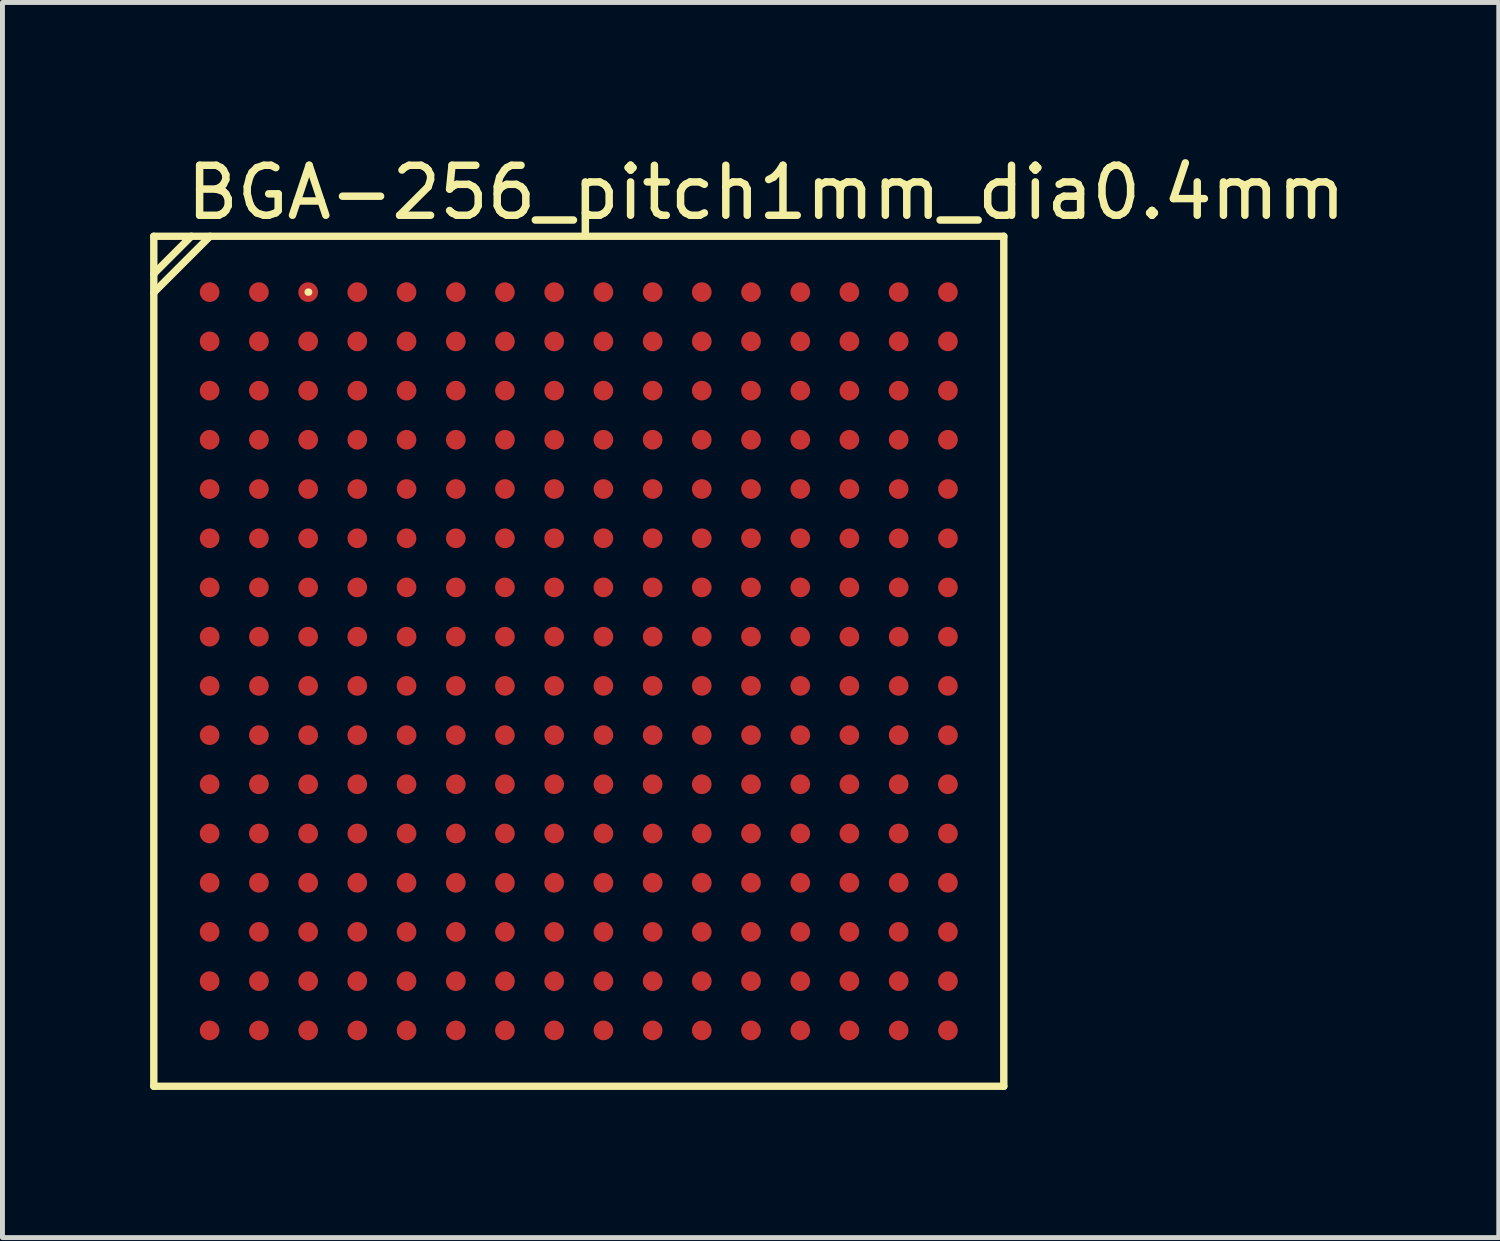
<source format=kicad_pcb>
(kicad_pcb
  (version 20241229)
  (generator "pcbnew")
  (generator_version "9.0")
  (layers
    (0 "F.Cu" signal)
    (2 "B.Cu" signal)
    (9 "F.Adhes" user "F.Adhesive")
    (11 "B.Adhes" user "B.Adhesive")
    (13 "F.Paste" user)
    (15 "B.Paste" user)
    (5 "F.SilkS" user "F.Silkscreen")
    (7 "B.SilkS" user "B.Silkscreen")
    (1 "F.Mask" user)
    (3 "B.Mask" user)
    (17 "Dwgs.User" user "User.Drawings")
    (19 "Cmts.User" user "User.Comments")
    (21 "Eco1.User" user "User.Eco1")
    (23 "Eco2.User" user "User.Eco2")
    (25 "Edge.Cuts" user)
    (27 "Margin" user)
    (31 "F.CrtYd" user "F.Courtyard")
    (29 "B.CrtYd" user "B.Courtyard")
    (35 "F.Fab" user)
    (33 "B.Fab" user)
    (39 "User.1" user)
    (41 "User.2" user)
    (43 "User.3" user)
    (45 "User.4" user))
  (footprint "BGA-256_pitch1mm_dia0.4mm"
    (layer "F.Cu")
    (at 8.711 10.387)
    (property "Reference" "BGA-256_pitch1mm_dia0.4mm" (at 3.81 -9.525 0) (layer "F.SilkS") (effects (font (size 1.016 1.016) (thickness 0.152))))
    (attr smd)
    (fp_line (start -8.636 -8.636) (end 8.636 -8.636) (stroke (width 0.15) (type solid)) (layer "F.SilkS"))
    (fp_line (start -8.636 -7.874) (end -7.874 -8.636) (stroke (width 0.15) (type solid)) (layer "F.SilkS"))
    (fp_line (start -8.636 -7.493) (end -7.493 -8.636) (stroke (width 0.15) (type solid)) (layer "F.SilkS"))
    (fp_line (start -8.636 8.636) (end -8.636 -8.636) (stroke (width 0.15) (type solid)) (layer "F.SilkS"))
    (fp_line (start -5.499 -7.501) (end -5.489 -7.501) (stroke (width 0.15) (type solid)) (layer "F.SilkS"))
    (fp_line (start 8.636 -8.636) (end 8.636 8.636) (stroke (width 0.15) (type solid)) (layer "F.SilkS"))
    (fp_line (start 8.636 8.636) (end -8.636 8.636) (stroke (width 0.15) (type solid)) (layer "F.SilkS"))
    (pad "A1" smd circle (at -7.501 -7.501) (size 0.4 0.4) (layers "F.Cu" "F.Mask" "F.Paste"))
    (pad "A2" smd circle (at -6.5 -7.501) (size 0.4 0.4) (layers "F.Cu" "F.Mask" "F.Paste"))
    (pad "A3" smd circle (at -5.499 -7.501) (size 0.4 0.4) (layers "F.Cu" "F.Mask" "F.Paste"))
    (pad "A4" smd circle (at -4.501 -7.501) (size 0.4 0.4) (layers "F.Cu" "F.Mask" "F.Paste"))
    (pad "A5" smd circle (at -3.5 -7.501) (size 0.4 0.4) (layers "F.Cu" "F.Mask" "F.Paste"))
    (pad "A6" smd circle (at -2.499 -7.501) (size 0.4 0.4) (layers "F.Cu" "F.Mask" "F.Paste"))
    (pad "A7" smd circle (at -1.501 -7.501) (size 0.4 0.4) (layers "F.Cu" "F.Mask" "F.Paste"))
    (pad "A8" smd circle (at -0.5 -7.501) (size 0.4 0.4) (layers "F.Cu" "F.Mask" "F.Paste"))
    (pad "A9" smd circle (at 0.5 -7.501) (size 0.4 0.4) (layers "F.Cu" "F.Mask" "F.Paste"))
    (pad "A10" smd circle (at 1.501 -7.501) (size 0.4 0.4) (layers "F.Cu" "F.Mask" "F.Paste"))
    (pad "A11" smd circle (at 2.499 -7.501) (size 0.4 0.4) (layers "F.Cu" "F.Mask" "F.Paste"))
    (pad "A12" smd circle (at 3.5 -7.501) (size 0.4 0.4) (layers "F.Cu" "F.Mask" "F.Paste"))
    (pad "A13" smd circle (at 4.501 -7.501) (size 0.4 0.4) (layers "F.Cu" "F.Mask" "F.Paste"))
    (pad "A14" smd circle (at 5.499 -7.501) (size 0.4 0.4) (layers "F.Cu" "F.Mask" "F.Paste"))
    (pad "A15" smd circle (at 6.5 -7.501) (size 0.4 0.4) (layers "F.Cu" "F.Mask" "F.Paste"))
    (pad "A16" smd circle (at 7.501 -7.501) (size 0.4 0.4) (layers "F.Cu" "F.Mask" "F.Paste"))
    (pad "B1" smd circle (at -7.501 -6.5) (size 0.4 0.4) (layers "F.Cu" "F.Mask" "F.Paste"))
    (pad "B2" smd circle (at -6.5 -6.5) (size 0.4 0.4) (layers "F.Cu" "F.Mask" "F.Paste"))
    (pad "B3" smd circle (at -5.499 -6.5) (size 0.4 0.4) (layers "F.Cu" "F.Mask" "F.Paste"))
    (pad "B4" smd circle (at -4.501 -6.5) (size 0.4 0.4) (layers "F.Cu" "F.Mask" "F.Paste"))
    (pad "B5" smd circle (at -3.5 -6.5) (size 0.4 0.4) (layers "F.Cu" "F.Mask" "F.Paste"))
    (pad "B6" smd circle (at -2.499 -6.5) (size 0.4 0.4) (layers "F.Cu" "F.Mask" "F.Paste"))
    (pad "B7" smd circle (at -1.501 -6.5) (size 0.4 0.4) (layers "F.Cu" "F.Mask" "F.Paste"))
    (pad "B8" smd circle (at -0.5 -6.5) (size 0.4 0.4) (layers "F.Cu" "F.Mask" "F.Paste"))
    (pad "B9" smd circle (at 0.5 -6.5) (size 0.4 0.4) (layers "F.Cu" "F.Mask" "F.Paste"))
    (pad "B10" smd circle (at 1.501 -6.5) (size 0.4 0.4) (layers "F.Cu" "F.Mask" "F.Paste"))
    (pad "B11" smd circle (at 2.499 -6.5) (size 0.4 0.4) (layers "F.Cu" "F.Mask" "F.Paste"))
    (pad "B12" smd circle (at 3.5 -6.5) (size 0.4 0.4) (layers "F.Cu" "F.Mask" "F.Paste"))
    (pad "B13" smd circle (at 4.501 -6.5) (size 0.4 0.4) (layers "F.Cu" "F.Mask" "F.Paste"))
    (pad "B14" smd circle (at 5.499 -6.5) (size 0.4 0.4) (layers "F.Cu" "F.Mask" "F.Paste"))
    (pad "B15" smd circle (at 6.5 -6.5) (size 0.4 0.4) (layers "F.Cu" "F.Mask" "F.Paste"))
    (pad "B16" smd circle (at 7.501 -6.5) (size 0.4 0.4) (layers "F.Cu" "F.Mask" "F.Paste"))
    (pad "C1" smd circle (at -7.501 -5.499) (size 0.4 0.4) (layers "F.Cu" "F.Mask" "F.Paste"))
    (pad "C2" smd circle (at -6.5 -5.499) (size 0.4 0.4) (layers "F.Cu" "F.Mask" "F.Paste"))
    (pad "C3" smd circle (at -5.499 -5.499) (size 0.4 0.4) (layers "F.Cu" "F.Mask" "F.Paste"))
    (pad "C4" smd circle (at -4.501 -5.499) (size 0.4 0.4) (layers "F.Cu" "F.Mask" "F.Paste"))
    (pad "C5" smd circle (at -3.5 -5.499) (size 0.4 0.4) (layers "F.Cu" "F.Mask" "F.Paste"))
    (pad "C6" smd circle (at -2.499 -5.499) (size 0.4 0.4) (layers "F.Cu" "F.Mask" "F.Paste"))
    (pad "C7" smd circle (at -1.501 -5.499) (size 0.4 0.4) (layers "F.Cu" "F.Mask" "F.Paste"))
    (pad "C8" smd circle (at -0.5 -5.499) (size 0.4 0.4) (layers "F.Cu" "F.Mask" "F.Paste"))
    (pad "C9" smd circle (at 0.5 -5.499) (size 0.4 0.4) (layers "F.Cu" "F.Mask" "F.Paste"))
    (pad "C10" smd circle (at 1.501 -5.499) (size 0.4 0.4) (layers "F.Cu" "F.Mask" "F.Paste"))
    (pad "C11" smd circle (at 2.499 -5.499) (size 0.4 0.4) (layers "F.Cu" "F.Mask" "F.Paste"))
    (pad "C12" smd circle (at 3.5 -5.499) (size 0.4 0.4) (layers "F.Cu" "F.Mask" "F.Paste"))
    (pad "C13" smd circle (at 4.501 -5.499) (size 0.4 0.4) (layers "F.Cu" "F.Mask" "F.Paste"))
    (pad "C14" smd circle (at 5.499 -5.499) (size 0.4 0.4) (layers "F.Cu" "F.Mask" "F.Paste"))
    (pad "C15" smd circle (at 6.5 -5.499) (size 0.4 0.4) (layers "F.Cu" "F.Mask" "F.Paste"))
    (pad "C16" smd circle (at 7.501 -5.499) (size 0.4 0.4) (layers "F.Cu" "F.Mask" "F.Paste"))
    (pad "D1" smd circle (at -7.501 -4.501) (size 0.4 0.4) (layers "F.Cu" "F.Mask" "F.Paste"))
    (pad "D2" smd circle (at -6.5 -4.501) (size 0.4 0.4) (layers "F.Cu" "F.Mask" "F.Paste"))
    (pad "D3" smd circle (at -5.499 -4.501) (size 0.4 0.4) (layers "F.Cu" "F.Mask" "F.Paste"))
    (pad "D4" smd circle (at -4.501 -4.501) (size 0.4 0.4) (layers "F.Cu" "F.Mask" "F.Paste"))
    (pad "D5" smd circle (at -3.5 -4.501) (size 0.4 0.4) (layers "F.Cu" "F.Mask" "F.Paste"))
    (pad "D6" smd circle (at -2.499 -4.501) (size 0.4 0.4) (layers "F.Cu" "F.Mask" "F.Paste"))
    (pad "D7" smd circle (at -1.501 -4.501) (size 0.4 0.4) (layers "F.Cu" "F.Mask" "F.Paste"))
    (pad "D8" smd circle (at -0.5 -4.501) (size 0.4 0.4) (layers "F.Cu" "F.Mask" "F.Paste"))
    (pad "D9" smd circle (at 0.5 -4.501) (size 0.4 0.4) (layers "F.Cu" "F.Mask" "F.Paste"))
    (pad "D10" smd circle (at 1.501 -4.501) (size 0.4 0.4) (layers "F.Cu" "F.Mask" "F.Paste"))
    (pad "D11" smd circle (at 2.499 -4.501) (size 0.4 0.4) (layers "F.Cu" "F.Mask" "F.Paste"))
    (pad "D12" smd circle (at 3.5 -4.501) (size 0.4 0.4) (layers "F.Cu" "F.Mask" "F.Paste"))
    (pad "D13" smd circle (at 4.501 -4.501) (size 0.4 0.4) (layers "F.Cu" "F.Mask" "F.Paste"))
    (pad "D14" smd circle (at 5.499 -4.501) (size 0.4 0.4) (layers "F.Cu" "F.Mask" "F.Paste"))
    (pad "D15" smd circle (at 6.5 -4.501) (size 0.4 0.4) (layers "F.Cu" "F.Mask" "F.Paste"))
    (pad "D16" smd circle (at 7.501 -4.501) (size 0.4 0.4) (layers "F.Cu" "F.Mask" "F.Paste"))
    (pad "E1" smd circle (at -7.501 -3.5) (size 0.4 0.4) (layers "F.Cu" "F.Mask" "F.Paste"))
    (pad "E2" smd circle (at -6.5 -3.5) (size 0.4 0.4) (layers "F.Cu" "F.Mask" "F.Paste"))
    (pad "E3" smd circle (at -5.499 -3.5) (size 0.4 0.4) (layers "F.Cu" "F.Mask" "F.Paste"))
    (pad "E4" smd circle (at -4.501 -3.5) (size 0.4 0.4) (layers "F.Cu" "F.Mask" "F.Paste"))
    (pad "E5" smd circle (at -3.5 -3.5) (size 0.4 0.4) (layers "F.Cu" "F.Mask" "F.Paste"))
    (pad "E6" smd circle (at -2.499 -3.5) (size 0.4 0.4) (layers "F.Cu" "F.Mask" "F.Paste"))
    (pad "E7" smd circle (at -1.501 -3.5) (size 0.4 0.4) (layers "F.Cu" "F.Mask" "F.Paste"))
    (pad "E8" smd circle (at -0.5 -3.5) (size 0.4 0.4) (layers "F.Cu" "F.Mask" "F.Paste"))
    (pad "E9" smd circle (at 0.5 -3.5) (size 0.4 0.4) (layers "F.Cu" "F.Mask" "F.Paste"))
    (pad "E10" smd circle (at 1.501 -3.5) (size 0.4 0.4) (layers "F.Cu" "F.Mask" "F.Paste"))
    (pad "E11" smd circle (at 2.499 -3.5) (size 0.4 0.4) (layers "F.Cu" "F.Mask" "F.Paste"))
    (pad "E12" smd circle (at 3.5 -3.5) (size 0.4 0.4) (layers "F.Cu" "F.Mask" "F.Paste"))
    (pad "E13" smd circle (at 4.501 -3.5) (size 0.4 0.4) (layers "F.Cu" "F.Mask" "F.Paste"))
    (pad "E14" smd circle (at 5.499 -3.5) (size 0.4 0.4) (layers "F.Cu" "F.Mask" "F.Paste"))
    (pad "E15" smd circle (at 6.5 -3.5) (size 0.4 0.4) (layers "F.Cu" "F.Mask" "F.Paste"))
    (pad "E16" smd circle (at 7.501 -3.5) (size 0.4 0.4) (layers "F.Cu" "F.Mask" "F.Paste"))
    (pad "F1" smd circle (at -7.501 -2.499) (size 0.4 0.4) (layers "F.Cu" "F.Mask" "F.Paste"))
    (pad "F2" smd circle (at -6.5 -2.499) (size 0.4 0.4) (layers "F.Cu" "F.Mask" "F.Paste"))
    (pad "F3" smd circle (at -5.499 -2.499) (size 0.4 0.4) (layers "F.Cu" "F.Mask" "F.Paste"))
    (pad "F4" smd circle (at -4.501 -2.499) (size 0.4 0.4) (layers "F.Cu" "F.Mask" "F.Paste"))
    (pad "F5" smd circle (at -3.5 -2.499) (size 0.4 0.4) (layers "F.Cu" "F.Mask" "F.Paste"))
    (pad "F6" smd circle (at -2.499 -2.499) (size 0.4 0.4) (layers "F.Cu" "F.Mask" "F.Paste"))
    (pad "F7" smd circle (at -1.501 -2.499) (size 0.4 0.4) (layers "F.Cu" "F.Mask" "F.Paste"))
    (pad "F8" smd circle (at -0.5 -2.499) (size 0.4 0.4) (layers "F.Cu" "F.Mask" "F.Paste"))
    (pad "F9" smd circle (at 0.5 -2.499) (size 0.4 0.4) (layers "F.Cu" "F.Mask" "F.Paste"))
    (pad "F10" smd circle (at 1.501 -2.499) (size 0.4 0.4) (layers "F.Cu" "F.Mask" "F.Paste"))
    (pad "F11" smd circle (at 2.499 -2.499) (size 0.4 0.4) (layers "F.Cu" "F.Mask" "F.Paste"))
    (pad "F12" smd circle (at 3.5 -2.499) (size 0.4 0.4) (layers "F.Cu" "F.Mask" "F.Paste"))
    (pad "F13" smd circle (at 4.501 -2.499) (size 0.4 0.4) (layers "F.Cu" "F.Mask" "F.Paste"))
    (pad "F14" smd circle (at 5.499 -2.499) (size 0.4 0.4) (layers "F.Cu" "F.Mask" "F.Paste"))
    (pad "F15" smd circle (at 6.5 -2.499) (size 0.4 0.4) (layers "F.Cu" "F.Mask" "F.Paste"))
    (pad "F16" smd circle (at 7.501 -2.499) (size 0.4 0.4) (layers "F.Cu" "F.Mask" "F.Paste"))
    (pad "G1" smd circle (at -7.501 -1.501) (size 0.4 0.4) (layers "F.Cu" "F.Mask" "F.Paste"))
    (pad "G2" smd circle (at -6.5 -1.501) (size 0.4 0.4) (layers "F.Cu" "F.Mask" "F.Paste"))
    (pad "G3" smd circle (at -5.499 -1.501) (size 0.4 0.4) (layers "F.Cu" "F.Mask" "F.Paste"))
    (pad "G4" smd circle (at -4.501 -1.501) (size 0.4 0.4) (layers "F.Cu" "F.Mask" "F.Paste"))
    (pad "G5" smd circle (at -3.5 -1.501) (size 0.4 0.4) (layers "F.Cu" "F.Mask" "F.Paste"))
    (pad "G6" smd circle (at -2.499 -1.501) (size 0.4 0.4) (layers "F.Cu" "F.Mask" "F.Paste"))
    (pad "G7" smd circle (at -1.501 -1.501) (size 0.4 0.4) (layers "F.Cu" "F.Mask" "F.Paste"))
    (pad "G8" smd circle (at -0.5 -1.501) (size 0.4 0.4) (layers "F.Cu" "F.Mask" "F.Paste"))
    (pad "G9" smd circle (at 0.5 -1.501) (size 0.4 0.4) (layers "F.Cu" "F.Mask" "F.Paste"))
    (pad "G10" smd circle (at 1.501 -1.501) (size 0.4 0.4) (layers "F.Cu" "F.Mask" "F.Paste"))
    (pad "G11" smd circle (at 2.499 -1.501) (size 0.4 0.4) (layers "F.Cu" "F.Mask" "F.Paste"))
    (pad "G12" smd circle (at 3.5 -1.501) (size 0.4 0.4) (layers "F.Cu" "F.Mask" "F.Paste"))
    (pad "G13" smd circle (at 4.501 -1.501) (size 0.4 0.4) (layers "F.Cu" "F.Mask" "F.Paste"))
    (pad "G14" smd circle (at 5.499 -1.501) (size 0.4 0.4) (layers "F.Cu" "F.Mask" "F.Paste"))
    (pad "G15" smd circle (at 6.5 -1.501) (size 0.4 0.4) (layers "F.Cu" "F.Mask" "F.Paste"))
    (pad "G16" smd circle (at 7.501 -1.501) (size 0.4 0.4) (layers "F.Cu" "F.Mask" "F.Paste"))
    (pad "H1" smd circle (at -7.501 -0.5) (size 0.4 0.4) (layers "F.Cu" "F.Mask" "F.Paste"))
    (pad "H2" smd circle (at -6.5 -0.5) (size 0.4 0.4) (layers "F.Cu" "F.Mask" "F.Paste"))
    (pad "H3" smd circle (at -5.499 -0.5) (size 0.4 0.4) (layers "F.Cu" "F.Mask" "F.Paste"))
    (pad "H4" smd circle (at -4.501 -0.5) (size 0.4 0.4) (layers "F.Cu" "F.Mask" "F.Paste"))
    (pad "H5" smd circle (at -3.5 -0.5) (size 0.4 0.4) (layers "F.Cu" "F.Mask" "F.Paste"))
    (pad "H6" smd circle (at -2.499 -0.5) (size 0.4 0.4) (layers "F.Cu" "F.Mask" "F.Paste"))
    (pad "H7" smd circle (at -1.501 -0.5) (size 0.4 0.4) (layers "F.Cu" "F.Mask" "F.Paste"))
    (pad "H8" smd circle (at -0.5 -0.5) (size 0.4 0.4) (layers "F.Cu" "F.Mask" "F.Paste"))
    (pad "H9" smd circle (at 0.5 -0.5) (size 0.4 0.4) (layers "F.Cu" "F.Mask" "F.Paste"))
    (pad "H10" smd circle (at 1.501 -0.5) (size 0.4 0.4) (layers "F.Cu" "F.Mask" "F.Paste"))
    (pad "H11" smd circle (at 2.499 -0.5) (size 0.4 0.4) (layers "F.Cu" "F.Mask" "F.Paste"))
    (pad "H12" smd circle (at 3.5 -0.5) (size 0.4 0.4) (layers "F.Cu" "F.Mask" "F.Paste"))
    (pad "H13" smd circle (at 4.501 -0.5) (size 0.4 0.4) (layers "F.Cu" "F.Mask" "F.Paste"))
    (pad "H14" smd circle (at 5.499 -0.5) (size 0.4 0.4) (layers "F.Cu" "F.Mask" "F.Paste"))
    (pad "H15" smd circle (at 6.5 -0.5) (size 0.4 0.4) (layers "F.Cu" "F.Mask" "F.Paste"))
    (pad "H16" smd circle (at 7.501 -0.5) (size 0.4 0.4) (layers "F.Cu" "F.Mask" "F.Paste"))
    (pad "J1" smd circle (at -7.501 0.5) (size 0.4 0.4) (layers "F.Cu" "F.Mask" "F.Paste"))
    (pad "J2" smd circle (at -6.5 0.5) (size 0.4 0.4) (layers "F.Cu" "F.Mask" "F.Paste"))
    (pad "J3" smd circle (at -5.499 0.5) (size 0.4 0.4) (layers "F.Cu" "F.Mask" "F.Paste"))
    (pad "J4" smd circle (at -4.501 0.5) (size 0.4 0.4) (layers "F.Cu" "F.Mask" "F.Paste"))
    (pad "J5" smd circle (at -3.5 0.5) (size 0.4 0.4) (layers "F.Cu" "F.Mask" "F.Paste"))
    (pad "J6" smd circle (at -2.499 0.5) (size 0.4 0.4) (layers "F.Cu" "F.Mask" "F.Paste"))
    (pad "J7" smd circle (at -1.501 0.5) (size 0.4 0.4) (layers "F.Cu" "F.Mask" "F.Paste"))
    (pad "J8" smd circle (at -0.5 0.5) (size 0.4 0.4) (layers "F.Cu" "F.Mask" "F.Paste"))
    (pad "J9" smd circle (at 0.5 0.5) (size 0.4 0.4) (layers "F.Cu" "F.Mask" "F.Paste"))
    (pad "J10" smd circle (at 1.501 0.5) (size 0.4 0.4) (layers "F.Cu" "F.Mask" "F.Paste"))
    (pad "J11" smd circle (at 2.499 0.5) (size 0.4 0.4) (layers "F.Cu" "F.Mask" "F.Paste"))
    (pad "J12" smd circle (at 3.5 0.5) (size 0.4 0.4) (layers "F.Cu" "F.Mask" "F.Paste"))
    (pad "J13" smd circle (at 4.501 0.5) (size 0.4 0.4) (layers "F.Cu" "F.Mask" "F.Paste"))
    (pad "J14" smd circle (at 5.499 0.5) (size 0.4 0.4) (layers "F.Cu" "F.Mask" "F.Paste"))
    (pad "J15" smd circle (at 6.5 0.5) (size 0.4 0.4) (layers "F.Cu" "F.Mask" "F.Paste"))
    (pad "J16" smd circle (at 7.501 0.5) (size 0.4 0.4) (layers "F.Cu" "F.Mask" "F.Paste"))
    (pad "K1" smd circle (at -7.501 1.501) (size 0.4 0.4) (layers "F.Cu" "F.Mask" "F.Paste"))
    (pad "K2" smd circle (at -6.5 1.501) (size 0.4 0.4) (layers "F.Cu" "F.Mask" "F.Paste"))
    (pad "K3" smd circle (at -5.499 1.501) (size 0.4 0.4) (layers "F.Cu" "F.Mask" "F.Paste"))
    (pad "K4" smd circle (at -4.501 1.501) (size 0.4 0.4) (layers "F.Cu" "F.Mask" "F.Paste"))
    (pad "K5" smd circle (at -3.5 1.501) (size 0.4 0.4) (layers "F.Cu" "F.Mask" "F.Paste"))
    (pad "K6" smd circle (at -2.499 1.501) (size 0.4 0.4) (layers "F.Cu" "F.Mask" "F.Paste"))
    (pad "K7" smd circle (at -1.501 1.501) (size 0.4 0.4) (layers "F.Cu" "F.Mask" "F.Paste"))
    (pad "K8" smd circle (at -0.5 1.501) (size 0.4 0.4) (layers "F.Cu" "F.Mask" "F.Paste"))
    (pad "K9" smd circle (at 0.5 1.501) (size 0.4 0.4) (layers "F.Cu" "F.Mask" "F.Paste"))
    (pad "K10" smd circle (at 1.501 1.501) (size 0.4 0.4) (layers "F.Cu" "F.Mask" "F.Paste"))
    (pad "K11" smd circle (at 2.499 1.501) (size 0.4 0.4) (layers "F.Cu" "F.Mask" "F.Paste"))
    (pad "K12" smd circle (at 3.5 1.501) (size 0.4 0.4) (layers "F.Cu" "F.Mask" "F.Paste"))
    (pad "K13" smd circle (at 4.501 1.501) (size 0.4 0.4) (layers "F.Cu" "F.Mask" "F.Paste"))
    (pad "K14" smd circle (at 5.499 1.501) (size 0.4 0.4) (layers "F.Cu" "F.Mask" "F.Paste"))
    (pad "K15" smd circle (at 6.5 1.501) (size 0.4 0.4) (layers "F.Cu" "F.Mask" "F.Paste"))
    (pad "K16" smd circle (at 7.501 1.501) (size 0.4 0.4) (layers "F.Cu" "F.Mask" "F.Paste"))
    (pad "L1" smd circle (at -7.501 2.499) (size 0.4 0.4) (layers "F.Cu" "F.Mask" "F.Paste"))
    (pad "L2" smd circle (at -6.5 2.499) (size 0.4 0.4) (layers "F.Cu" "F.Mask" "F.Paste"))
    (pad "L3" smd circle (at -5.499 2.499) (size 0.4 0.4) (layers "F.Cu" "F.Mask" "F.Paste"))
    (pad "L4" smd circle (at -4.501 2.499) (size 0.4 0.4) (layers "F.Cu" "F.Mask" "F.Paste"))
    (pad "L5" smd circle (at -3.5 2.499) (size 0.4 0.4) (layers "F.Cu" "F.Mask" "F.Paste"))
    (pad "L6" smd circle (at -2.499 2.499) (size 0.4 0.4) (layers "F.Cu" "F.Mask" "F.Paste"))
    (pad "L7" smd circle (at -1.501 2.499) (size 0.4 0.4) (layers "F.Cu" "F.Mask" "F.Paste"))
    (pad "L8" smd circle (at -0.5 2.499) (size 0.4 0.4) (layers "F.Cu" "F.Mask" "F.Paste"))
    (pad "L9" smd circle (at 0.5 2.499) (size 0.4 0.4) (layers "F.Cu" "F.Mask" "F.Paste"))
    (pad "L10" smd circle (at 1.501 2.499) (size 0.4 0.4) (layers "F.Cu" "F.Mask" "F.Paste"))
    (pad "L11" smd circle (at 2.499 2.499) (size 0.4 0.4) (layers "F.Cu" "F.Mask" "F.Paste"))
    (pad "L12" smd circle (at 3.5 2.499) (size 0.4 0.4) (layers "F.Cu" "F.Mask" "F.Paste"))
    (pad "L13" smd circle (at 4.501 2.499) (size 0.4 0.4) (layers "F.Cu" "F.Mask" "F.Paste"))
    (pad "L14" smd circle (at 5.499 2.499) (size 0.4 0.4) (layers "F.Cu" "F.Mask" "F.Paste"))
    (pad "L15" smd circle (at 6.5 2.499) (size 0.4 0.4) (layers "F.Cu" "F.Mask" "F.Paste"))
    (pad "L16" smd circle (at 7.501 2.499) (size 0.4 0.4) (layers "F.Cu" "F.Mask" "F.Paste"))
    (pad "M1" smd circle (at -7.501 3.5) (size 0.4 0.4) (layers "F.Cu" "F.Mask" "F.Paste"))
    (pad "M2" smd circle (at -6.5 3.5) (size 0.4 0.4) (layers "F.Cu" "F.Mask" "F.Paste"))
    (pad "M3" smd circle (at -5.499 3.5) (size 0.4 0.4) (layers "F.Cu" "F.Mask" "F.Paste"))
    (pad "M4" smd circle (at -4.501 3.5) (size 0.4 0.4) (layers "F.Cu" "F.Mask" "F.Paste"))
    (pad "M5" smd circle (at -3.5 3.5) (size 0.4 0.4) (layers "F.Cu" "F.Mask" "F.Paste"))
    (pad "M6" smd circle (at -2.499 3.5) (size 0.4 0.4) (layers "F.Cu" "F.Mask" "F.Paste"))
    (pad "M7" smd circle (at -1.501 3.5) (size 0.4 0.4) (layers "F.Cu" "F.Mask" "F.Paste"))
    (pad "M8" smd circle (at -0.5 3.5) (size 0.4 0.4) (layers "F.Cu" "F.Mask" "F.Paste"))
    (pad "M9" smd circle (at 0.5 3.5) (size 0.4 0.4) (layers "F.Cu" "F.Mask" "F.Paste"))
    (pad "M10" smd circle (at 1.501 3.5) (size 0.4 0.4) (layers "F.Cu" "F.Mask" "F.Paste"))
    (pad "M11" smd circle (at 2.499 3.5) (size 0.4 0.4) (layers "F.Cu" "F.Mask" "F.Paste"))
    (pad "M12" smd circle (at 3.5 3.5) (size 0.4 0.4) (layers "F.Cu" "F.Mask" "F.Paste"))
    (pad "M13" smd circle (at 4.501 3.5) (size 0.4 0.4) (layers "F.Cu" "F.Mask" "F.Paste"))
    (pad "M14" smd circle (at 5.499 3.5) (size 0.4 0.4) (layers "F.Cu" "F.Mask" "F.Paste"))
    (pad "M15" smd circle (at 6.5 3.5) (size 0.4 0.4) (layers "F.Cu" "F.Mask" "F.Paste"))
    (pad "M16" smd circle (at 7.501 3.5) (size 0.4 0.4) (layers "F.Cu" "F.Mask" "F.Paste"))
    (pad "N1" smd circle (at -7.501 4.501) (size 0.4 0.4) (layers "F.Cu" "F.Mask" "F.Paste"))
    (pad "N2" smd circle (at -6.5 4.501) (size 0.4 0.4) (layers "F.Cu" "F.Mask" "F.Paste"))
    (pad "N3" smd circle (at -5.499 4.501) (size 0.4 0.4) (layers "F.Cu" "F.Mask" "F.Paste"))
    (pad "N4" smd circle (at -4.501 4.501) (size 0.4 0.4) (layers "F.Cu" "F.Mask" "F.Paste"))
    (pad "N5" smd circle (at -3.5 4.501) (size 0.4 0.4) (layers "F.Cu" "F.Mask" "F.Paste"))
    (pad "N6" smd circle (at -2.499 4.501) (size 0.4 0.4) (layers "F.Cu" "F.Mask" "F.Paste"))
    (pad "N7" smd circle (at -1.501 4.501) (size 0.4 0.4) (layers "F.Cu" "F.Mask" "F.Paste"))
    (pad "N8" smd circle (at -0.5 4.501) (size 0.4 0.4) (layers "F.Cu" "F.Mask" "F.Paste"))
    (pad "N9" smd circle (at 0.5 4.501) (size 0.4 0.4) (layers "F.Cu" "F.Mask" "F.Paste"))
    (pad "N10" smd circle (at 1.501 4.501) (size 0.4 0.4) (layers "F.Cu" "F.Mask" "F.Paste"))
    (pad "N11" smd circle (at 2.499 4.501) (size 0.4 0.4) (layers "F.Cu" "F.Mask" "F.Paste"))
    (pad "N12" smd circle (at 3.5 4.501) (size 0.4 0.4) (layers "F.Cu" "F.Mask" "F.Paste"))
    (pad "N13" smd circle (at 4.501 4.501) (size 0.4 0.4) (layers "F.Cu" "F.Mask" "F.Paste"))
    (pad "N14" smd circle (at 5.499 4.501) (size 0.4 0.4) (layers "F.Cu" "F.Mask" "F.Paste"))
    (pad "N15" smd circle (at 6.5 4.501) (size 0.4 0.4) (layers "F.Cu" "F.Mask" "F.Paste"))
    (pad "N16" smd circle (at 7.501 4.501) (size 0.4 0.4) (layers "F.Cu" "F.Mask" "F.Paste"))
    (pad "P1" smd circle (at -7.501 5.499) (size 0.4 0.4) (layers "F.Cu" "F.Mask" "F.Paste"))
    (pad "P2" smd circle (at -6.5 5.499) (size 0.4 0.4) (layers "F.Cu" "F.Mask" "F.Paste"))
    (pad "P3" smd circle (at -5.499 5.499) (size 0.4 0.4) (layers "F.Cu" "F.Mask" "F.Paste"))
    (pad "P4" smd circle (at -4.501 5.499) (size 0.4 0.4) (layers "F.Cu" "F.Mask" "F.Paste"))
    (pad "P5" smd circle (at -3.5 5.499) (size 0.4 0.4) (layers "F.Cu" "F.Mask" "F.Paste"))
    (pad "P6" smd circle (at -2.499 5.499) (size 0.4 0.4) (layers "F.Cu" "F.Mask" "F.Paste"))
    (pad "P7" smd circle (at -1.501 5.499) (size 0.4 0.4) (layers "F.Cu" "F.Mask" "F.Paste"))
    (pad "P8" smd circle (at -0.5 5.499) (size 0.4 0.4) (layers "F.Cu" "F.Mask" "F.Paste"))
    (pad "P9" smd circle (at 0.5 5.499) (size 0.4 0.4) (layers "F.Cu" "F.Mask" "F.Paste"))
    (pad "P10" smd circle (at 1.501 5.499) (size 0.4 0.4) (layers "F.Cu" "F.Mask" "F.Paste"))
    (pad "P11" smd circle (at 2.499 5.499) (size 0.4 0.4) (layers "F.Cu" "F.Mask" "F.Paste"))
    (pad "P12" smd circle (at 3.5 5.499) (size 0.4 0.4) (layers "F.Cu" "F.Mask" "F.Paste"))
    (pad "P13" smd circle (at 4.501 5.499) (size 0.4 0.4) (layers "F.Cu" "F.Mask" "F.Paste"))
    (pad "P14" smd circle (at 5.499 5.499) (size 0.4 0.4) (layers "F.Cu" "F.Mask" "F.Paste"))
    (pad "P15" smd circle (at 6.5 5.499) (size 0.4 0.4) (layers "F.Cu" "F.Mask" "F.Paste"))
    (pad "P16" smd circle (at 7.501 5.499) (size 0.4 0.4) (layers "F.Cu" "F.Mask" "F.Paste"))
    (pad "R1" smd circle (at -7.501 6.5) (size 0.4 0.4) (layers "F.Cu" "F.Mask" "F.Paste"))
    (pad "R2" smd circle (at -6.5 6.5) (size 0.4 0.4) (layers "F.Cu" "F.Mask" "F.Paste"))
    (pad "R3" smd circle (at -5.499 6.5) (size 0.4 0.4) (layers "F.Cu" "F.Mask" "F.Paste"))
    (pad "R4" smd circle (at -4.501 6.5) (size 0.4 0.4) (layers "F.Cu" "F.Mask" "F.Paste"))
    (pad "R5" smd circle (at -3.5 6.5) (size 0.4 0.4) (layers "F.Cu" "F.Mask" "F.Paste"))
    (pad "R6" smd circle (at -2.499 6.5) (size 0.4 0.4) (layers "F.Cu" "F.Mask" "F.Paste"))
    (pad "R7" smd circle (at -1.501 6.5) (size 0.4 0.4) (layers "F.Cu" "F.Mask" "F.Paste"))
    (pad "R8" smd circle (at -0.5 6.5) (size 0.4 0.4) (layers "F.Cu" "F.Mask" "F.Paste"))
    (pad "R9" smd circle (at 0.5 6.5) (size 0.4 0.4) (layers "F.Cu" "F.Mask" "F.Paste"))
    (pad "R10" smd circle (at 1.501 6.5) (size 0.4 0.4) (layers "F.Cu" "F.Mask" "F.Paste"))
    (pad "R11" smd circle (at 2.499 6.5) (size 0.4 0.4) (layers "F.Cu" "F.Mask" "F.Paste"))
    (pad "R12" smd circle (at 3.5 6.5) (size 0.4 0.4) (layers "F.Cu" "F.Mask" "F.Paste"))
    (pad "R13" smd circle (at 4.501 6.5) (size 0.4 0.4) (layers "F.Cu" "F.Mask" "F.Paste"))
    (pad "R14" smd circle (at 5.499 6.5) (size 0.4 0.4) (layers "F.Cu" "F.Mask" "F.Paste"))
    (pad "R15" smd circle (at 6.5 6.5) (size 0.4 0.4) (layers "F.Cu" "F.Mask" "F.Paste"))
    (pad "R16" smd circle (at 7.501 6.5) (size 0.4 0.4) (layers "F.Cu" "F.Mask" "F.Paste"))
    (pad "T1" smd circle (at -7.501 7.501) (size 0.4 0.4) (layers "F.Cu" "F.Mask" "F.Paste"))
    (pad "T2" smd circle (at -6.5 7.501) (size 0.4 0.4) (layers "F.Cu" "F.Mask" "F.Paste"))
    (pad "T3" smd circle (at -5.499 7.501) (size 0.4 0.4) (layers "F.Cu" "F.Mask" "F.Paste"))
    (pad "T4" smd circle (at -4.501 7.501) (size 0.4 0.4) (layers "F.Cu" "F.Mask" "F.Paste"))
    (pad "T5" smd circle (at -3.5 7.501) (size 0.4 0.4) (layers "F.Cu" "F.Mask" "F.Paste"))
    (pad "T6" smd circle (at -2.499 7.501) (size 0.4 0.4) (layers "F.Cu" "F.Mask" "F.Paste"))
    (pad "T7" smd circle (at -1.501 7.501) (size 0.4 0.4) (layers "F.Cu" "F.Mask" "F.Paste"))
    (pad "T8" smd circle (at -0.5 7.501) (size 0.4 0.4) (layers "F.Cu" "F.Mask" "F.Paste"))
    (pad "T9" smd circle (at 0.5 7.501) (size 0.4 0.4) (layers "F.Cu" "F.Mask" "F.Paste"))
    (pad "T10" smd circle (at 1.501 7.501) (size 0.4 0.4) (layers "F.Cu" "F.Mask" "F.Paste"))
    (pad "T11" smd circle (at 2.499 7.501) (size 0.4 0.4) (layers "F.Cu" "F.Mask" "F.Paste"))
    (pad "T12" smd circle (at 3.5 7.501) (size 0.4 0.4) (layers "F.Cu" "F.Mask" "F.Paste"))
    (pad "T13" smd circle (at 4.501 7.501) (size 0.4 0.4) (layers "F.Cu" "F.Mask" "F.Paste"))
    (pad "T14" smd circle (at 5.499 7.501) (size 0.4 0.4) (layers "F.Cu" "F.Mask" "F.Paste"))
    (pad "T15" smd circle (at 6.5 7.501) (size 0.4 0.4) (layers "F.Cu" "F.Mask" "F.Paste"))
    (pad "T16" smd circle (at 7.501 7.501) (size 0.4 0.4) (layers "F.Cu" "F.Mask" "F.Paste")))
  (gr_rect
    (start -3 -3)
    (end 27.405 22.098)
    (stroke (width 0.1) (type default))
    (fill no)
    (layer "Edge.Cuts")))
</source>
